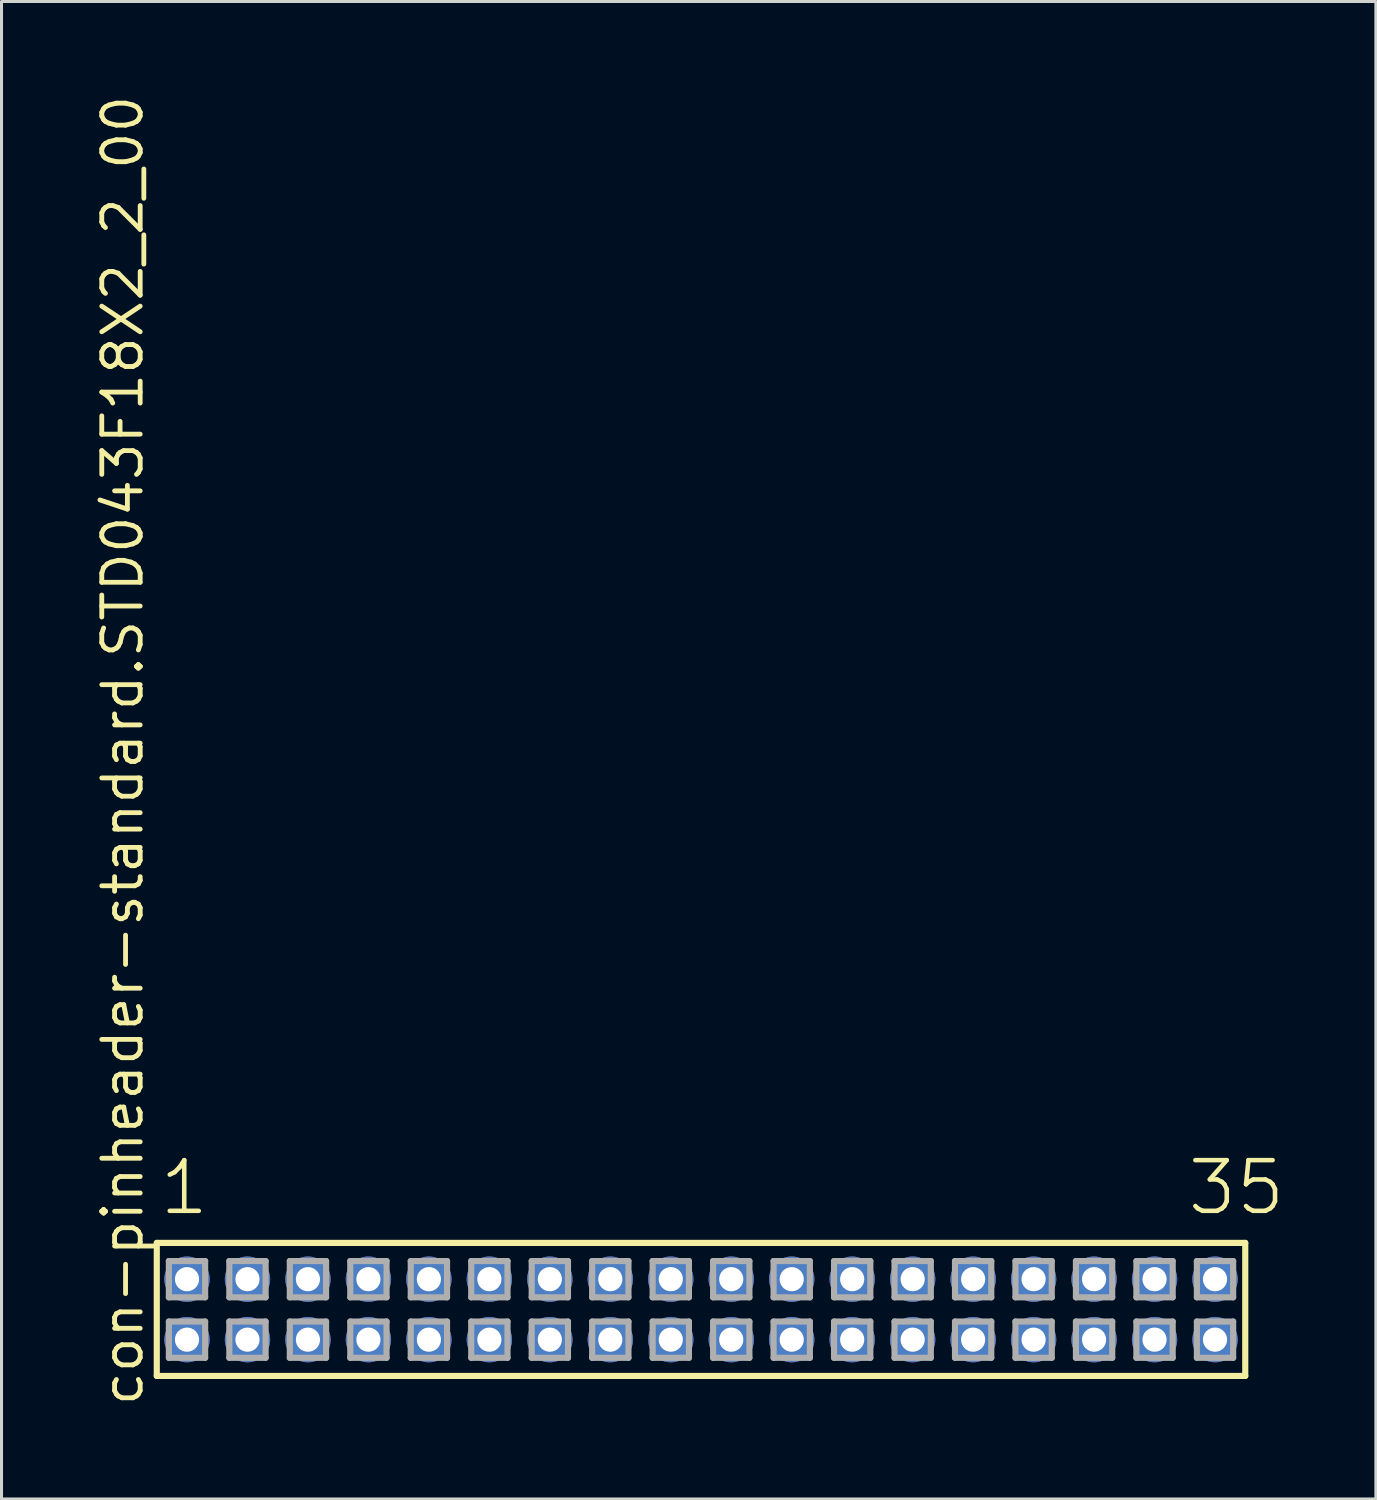
<source format=kicad_pcb>
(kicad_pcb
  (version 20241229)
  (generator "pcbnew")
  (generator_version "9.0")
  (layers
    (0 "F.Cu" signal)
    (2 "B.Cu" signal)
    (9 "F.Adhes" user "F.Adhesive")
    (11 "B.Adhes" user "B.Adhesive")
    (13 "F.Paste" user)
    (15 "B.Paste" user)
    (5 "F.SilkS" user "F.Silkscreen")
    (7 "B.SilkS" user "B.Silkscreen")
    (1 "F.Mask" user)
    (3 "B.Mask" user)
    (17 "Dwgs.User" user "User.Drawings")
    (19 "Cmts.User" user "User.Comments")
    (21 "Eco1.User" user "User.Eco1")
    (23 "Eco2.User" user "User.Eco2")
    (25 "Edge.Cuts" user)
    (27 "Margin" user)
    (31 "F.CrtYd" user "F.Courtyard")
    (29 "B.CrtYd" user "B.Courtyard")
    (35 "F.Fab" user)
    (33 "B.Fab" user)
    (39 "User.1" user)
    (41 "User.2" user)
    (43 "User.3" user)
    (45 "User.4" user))
  (footprint "con-pinheader-standard.STD043F18X2_2_00"
    (layer "F.Cu")
    (at 20.135 40.257)
    (property "Reference" "con-pinheader-standard.STD043F18X2_2_00" (at -18.385 3.27 90) (layer "F.SilkS") (effects (font (size 1.27 1.27) (thickness 0.16)) (justify left bottom)))
    (attr through_hole)
    (fp_line (start -18 -2.2) (end 18 -2.2) (stroke (width 0.203) (type default)) (layer "F.SilkS"))
    (fp_line (start -18 2.2) (end -18 -2.2) (stroke (width 0.203) (type default)) (layer "F.SilkS"))
    (fp_line (start 18 -2.2) (end 18 2.2) (stroke (width 0.203) (type default)) (layer "F.SilkS"))
    (fp_line (start 18 2.2) (end -18 2.2) (stroke (width 0.203) (type default)) (layer "F.SilkS"))
    (fp_line (start -17.6 -1.6) (end -16.4 -1.6) (stroke (width 0.203) (type default)) (layer "F.Fab"))
    (fp_line (start -17.6 -0.4) (end -17.6 -1.6) (stroke (width 0.203) (type default)) (layer "F.Fab"))
    (fp_line (start -17.6 0.4) (end -16.4 0.4) (stroke (width 0.203) (type default)) (layer "F.Fab"))
    (fp_line (start -17.6 1.6) (end -17.6 0.4) (stroke (width 0.203) (type default)) (layer "F.Fab"))
    (fp_line (start -16.4 -1.6) (end -16.4 -0.4) (stroke (width 0.203) (type default)) (layer "F.Fab"))
    (fp_line (start -16.4 -0.4) (end -17.6 -0.4) (stroke (width 0.203) (type default)) (layer "F.Fab"))
    (fp_line (start -16.4 0.4) (end -16.4 1.6) (stroke (width 0.203) (type default)) (layer "F.Fab"))
    (fp_line (start -16.4 1.6) (end -17.6 1.6) (stroke (width 0.203) (type default)) (layer "F.Fab"))
    (fp_line (start -15.6 -1.6) (end -14.4 -1.6) (stroke (width 0.203) (type default)) (layer "F.Fab"))
    (fp_line (start -15.6 -0.4) (end -15.6 -1.6) (stroke (width 0.203) (type default)) (layer "F.Fab"))
    (fp_line (start -15.6 0.4) (end -14.4 0.4) (stroke (width 0.203) (type default)) (layer "F.Fab"))
    (fp_line (start -15.6 1.6) (end -15.6 0.4) (stroke (width 0.203) (type default)) (layer "F.Fab"))
    (fp_line (start -14.4 -1.6) (end -14.4 -0.4) (stroke (width 0.203) (type default)) (layer "F.Fab"))
    (fp_line (start -14.4 -0.4) (end -15.6 -0.4) (stroke (width 0.203) (type default)) (layer "F.Fab"))
    (fp_line (start -14.4 0.4) (end -14.4 1.6) (stroke (width 0.203) (type default)) (layer "F.Fab"))
    (fp_line (start -14.4 1.6) (end -15.6 1.6) (stroke (width 0.203) (type default)) (layer "F.Fab"))
    (fp_line (start -13.6 -1.6) (end -12.4 -1.6) (stroke (width 0.203) (type default)) (layer "F.Fab"))
    (fp_line (start -13.6 -0.4) (end -13.6 -1.6) (stroke (width 0.203) (type default)) (layer "F.Fab"))
    (fp_line (start -13.6 0.4) (end -12.4 0.4) (stroke (width 0.203) (type default)) (layer "F.Fab"))
    (fp_line (start -13.6 1.6) (end -13.6 0.4) (stroke (width 0.203) (type default)) (layer "F.Fab"))
    (fp_line (start -12.4 -1.6) (end -12.4 -0.4) (stroke (width 0.203) (type default)) (layer "F.Fab"))
    (fp_line (start -12.4 -0.4) (end -13.6 -0.4) (stroke (width 0.203) (type default)) (layer "F.Fab"))
    (fp_line (start -12.4 0.4) (end -12.4 1.6) (stroke (width 0.203) (type default)) (layer "F.Fab"))
    (fp_line (start -12.4 1.6) (end -13.6 1.6) (stroke (width 0.203) (type default)) (layer "F.Fab"))
    (fp_line (start -11.6 -1.6) (end -10.4 -1.6) (stroke (width 0.203) (type default)) (layer "F.Fab"))
    (fp_line (start -11.6 -0.4) (end -11.6 -1.6) (stroke (width 0.203) (type default)) (layer "F.Fab"))
    (fp_line (start -11.6 0.4) (end -10.4 0.4) (stroke (width 0.203) (type default)) (layer "F.Fab"))
    (fp_line (start -11.6 1.6) (end -11.6 0.4) (stroke (width 0.203) (type default)) (layer "F.Fab"))
    (fp_line (start -10.4 -1.6) (end -10.4 -0.4) (stroke (width 0.203) (type default)) (layer "F.Fab"))
    (fp_line (start -10.4 -0.4) (end -11.6 -0.4) (stroke (width 0.203) (type default)) (layer "F.Fab"))
    (fp_line (start -10.4 0.4) (end -10.4 1.6) (stroke (width 0.203) (type default)) (layer "F.Fab"))
    (fp_line (start -10.4 1.6) (end -11.6 1.6) (stroke (width 0.203) (type default)) (layer "F.Fab"))
    (fp_line (start -9.6 -1.6) (end -8.4 -1.6) (stroke (width 0.203) (type default)) (layer "F.Fab"))
    (fp_line (start -9.6 -0.4) (end -9.6 -1.6) (stroke (width 0.203) (type default)) (layer "F.Fab"))
    (fp_line (start -9.6 0.4) (end -8.4 0.4) (stroke (width 0.203) (type default)) (layer "F.Fab"))
    (fp_line (start -9.6 1.6) (end -9.6 0.4) (stroke (width 0.203) (type default)) (layer "F.Fab"))
    (fp_line (start -8.4 -1.6) (end -8.4 -0.4) (stroke (width 0.203) (type default)) (layer "F.Fab"))
    (fp_line (start -8.4 -0.4) (end -9.6 -0.4) (stroke (width 0.203) (type default)) (layer "F.Fab"))
    (fp_line (start -8.4 0.4) (end -8.4 1.6) (stroke (width 0.203) (type default)) (layer "F.Fab"))
    (fp_line (start -8.4 1.6) (end -9.6 1.6) (stroke (width 0.203) (type default)) (layer "F.Fab"))
    (fp_line (start -7.6 -1.6) (end -6.4 -1.6) (stroke (width 0.203) (type default)) (layer "F.Fab"))
    (fp_line (start -7.6 -0.4) (end -7.6 -1.6) (stroke (width 0.203) (type default)) (layer "F.Fab"))
    (fp_line (start -7.6 0.4) (end -6.4 0.4) (stroke (width 0.203) (type default)) (layer "F.Fab"))
    (fp_line (start -7.6 1.6) (end -7.6 0.4) (stroke (width 0.203) (type default)) (layer "F.Fab"))
    (fp_line (start -6.4 -1.6) (end -6.4 -0.4) (stroke (width 0.203) (type default)) (layer "F.Fab"))
    (fp_line (start -6.4 -0.4) (end -7.6 -0.4) (stroke (width 0.203) (type default)) (layer "F.Fab"))
    (fp_line (start -6.4 0.4) (end -6.4 1.6) (stroke (width 0.203) (type default)) (layer "F.Fab"))
    (fp_line (start -6.4 1.6) (end -7.6 1.6) (stroke (width 0.203) (type default)) (layer "F.Fab"))
    (fp_line (start -5.6 -1.6) (end -4.4 -1.6) (stroke (width 0.203) (type default)) (layer "F.Fab"))
    (fp_line (start -5.6 -0.4) (end -5.6 -1.6) (stroke (width 0.203) (type default)) (layer "F.Fab"))
    (fp_line (start -5.6 0.4) (end -4.4 0.4) (stroke (width 0.203) (type default)) (layer "F.Fab"))
    (fp_line (start -5.6 1.6) (end -5.6 0.4) (stroke (width 0.203) (type default)) (layer "F.Fab"))
    (fp_line (start -4.4 -1.6) (end -4.4 -0.4) (stroke (width 0.203) (type default)) (layer "F.Fab"))
    (fp_line (start -4.4 -0.4) (end -5.6 -0.4) (stroke (width 0.203) (type default)) (layer "F.Fab"))
    (fp_line (start -4.4 0.4) (end -4.4 1.6) (stroke (width 0.203) (type default)) (layer "F.Fab"))
    (fp_line (start -4.4 1.6) (end -5.6 1.6) (stroke (width 0.203) (type default)) (layer "F.Fab"))
    (fp_line (start -3.6 -1.6) (end -2.4 -1.6) (stroke (width 0.203) (type default)) (layer "F.Fab"))
    (fp_line (start -3.6 -0.4) (end -3.6 -1.6) (stroke (width 0.203) (type default)) (layer "F.Fab"))
    (fp_line (start -3.6 0.4) (end -2.4 0.4) (stroke (width 0.203) (type default)) (layer "F.Fab"))
    (fp_line (start -3.6 1.6) (end -3.6 0.4) (stroke (width 0.203) (type default)) (layer "F.Fab"))
    (fp_line (start -2.4 -1.6) (end -2.4 -0.4) (stroke (width 0.203) (type default)) (layer "F.Fab"))
    (fp_line (start -2.4 -0.4) (end -3.6 -0.4) (stroke (width 0.203) (type default)) (layer "F.Fab"))
    (fp_line (start -2.4 0.4) (end -2.4 1.6) (stroke (width 0.203) (type default)) (layer "F.Fab"))
    (fp_line (start -2.4 1.6) (end -3.6 1.6) (stroke (width 0.203) (type default)) (layer "F.Fab"))
    (fp_line (start -1.6 -1.6) (end -0.4 -1.6) (stroke (width 0.203) (type default)) (layer "F.Fab"))
    (fp_line (start -1.6 -0.4) (end -1.6 -1.6) (stroke (width 0.203) (type default)) (layer "F.Fab"))
    (fp_line (start -1.6 0.4) (end -0.4 0.4) (stroke (width 0.203) (type default)) (layer "F.Fab"))
    (fp_line (start -1.6 1.6) (end -1.6 0.4) (stroke (width 0.203) (type default)) (layer "F.Fab"))
    (fp_line (start -0.4 -1.6) (end -0.4 -0.4) (stroke (width 0.203) (type default)) (layer "F.Fab"))
    (fp_line (start -0.4 -0.4) (end -1.6 -0.4) (stroke (width 0.203) (type default)) (layer "F.Fab"))
    (fp_line (start -0.4 0.4) (end -0.4 1.6) (stroke (width 0.203) (type default)) (layer "F.Fab"))
    (fp_line (start -0.4 1.6) (end -1.6 1.6) (stroke (width 0.203) (type default)) (layer "F.Fab"))
    (fp_line (start 0.4 -1.6) (end 1.6 -1.6) (stroke (width 0.203) (type default)) (layer "F.Fab"))
    (fp_line (start 0.4 -0.4) (end 0.4 -1.6) (stroke (width 0.203) (type default)) (layer "F.Fab"))
    (fp_line (start 0.4 0.4) (end 1.6 0.4) (stroke (width 0.203) (type default)) (layer "F.Fab"))
    (fp_line (start 0.4 1.6) (end 0.4 0.4) (stroke (width 0.203) (type default)) (layer "F.Fab"))
    (fp_line (start 1.6 -1.6) (end 1.6 -0.4) (stroke (width 0.203) (type default)) (layer "F.Fab"))
    (fp_line (start 1.6 -0.4) (end 0.4 -0.4) (stroke (width 0.203) (type default)) (layer "F.Fab"))
    (fp_line (start 1.6 0.4) (end 1.6 1.6) (stroke (width 0.203) (type default)) (layer "F.Fab"))
    (fp_line (start 1.6 1.6) (end 0.4 1.6) (stroke (width 0.203) (type default)) (layer "F.Fab"))
    (fp_line (start 2.4 -1.6) (end 3.6 -1.6) (stroke (width 0.203) (type default)) (layer "F.Fab"))
    (fp_line (start 2.4 -0.4) (end 2.4 -1.6) (stroke (width 0.203) (type default)) (layer "F.Fab"))
    (fp_line (start 2.4 0.4) (end 3.6 0.4) (stroke (width 0.203) (type default)) (layer "F.Fab"))
    (fp_line (start 2.4 1.6) (end 2.4 0.4) (stroke (width 0.203) (type default)) (layer "F.Fab"))
    (fp_line (start 3.6 -1.6) (end 3.6 -0.4) (stroke (width 0.203) (type default)) (layer "F.Fab"))
    (fp_line (start 3.6 -0.4) (end 2.4 -0.4) (stroke (width 0.203) (type default)) (layer "F.Fab"))
    (fp_line (start 3.6 0.4) (end 3.6 1.6) (stroke (width 0.203) (type default)) (layer "F.Fab"))
    (fp_line (start 3.6 1.6) (end 2.4 1.6) (stroke (width 0.203) (type default)) (layer "F.Fab"))
    (fp_line (start 4.4 -1.6) (end 5.6 -1.6) (stroke (width 0.203) (type default)) (layer "F.Fab"))
    (fp_line (start 4.4 -0.4) (end 4.4 -1.6) (stroke (width 0.203) (type default)) (layer "F.Fab"))
    (fp_line (start 4.4 0.4) (end 5.6 0.4) (stroke (width 0.203) (type default)) (layer "F.Fab"))
    (fp_line (start 4.4 1.6) (end 4.4 0.4) (stroke (width 0.203) (type default)) (layer "F.Fab"))
    (fp_line (start 5.6 -1.6) (end 5.6 -0.4) (stroke (width 0.203) (type default)) (layer "F.Fab"))
    (fp_line (start 5.6 -0.4) (end 4.4 -0.4) (stroke (width 0.203) (type default)) (layer "F.Fab"))
    (fp_line (start 5.6 0.4) (end 5.6 1.6) (stroke (width 0.203) (type default)) (layer "F.Fab"))
    (fp_line (start 5.6 1.6) (end 4.4 1.6) (stroke (width 0.203) (type default)) (layer "F.Fab"))
    (fp_line (start 6.4 -1.6) (end 7.6 -1.6) (stroke (width 0.203) (type default)) (layer "F.Fab"))
    (fp_line (start 6.4 -0.4) (end 6.4 -1.6) (stroke (width 0.203) (type default)) (layer "F.Fab"))
    (fp_line (start 6.4 0.4) (end 7.6 0.4) (stroke (width 0.203) (type default)) (layer "F.Fab"))
    (fp_line (start 6.4 1.6) (end 6.4 0.4) (stroke (width 0.203) (type default)) (layer "F.Fab"))
    (fp_line (start 7.6 -1.6) (end 7.6 -0.4) (stroke (width 0.203) (type default)) (layer "F.Fab"))
    (fp_line (start 7.6 -0.4) (end 6.4 -0.4) (stroke (width 0.203) (type default)) (layer "F.Fab"))
    (fp_line (start 7.6 0.4) (end 7.6 1.6) (stroke (width 0.203) (type default)) (layer "F.Fab"))
    (fp_line (start 7.6 1.6) (end 6.4 1.6) (stroke (width 0.203) (type default)) (layer "F.Fab"))
    (fp_line (start 8.4 -1.6) (end 9.6 -1.6) (stroke (width 0.203) (type default)) (layer "F.Fab"))
    (fp_line (start 8.4 -0.4) (end 8.4 -1.6) (stroke (width 0.203) (type default)) (layer "F.Fab"))
    (fp_line (start 8.4 0.4) (end 9.6 0.4) (stroke (width 0.203) (type default)) (layer "F.Fab"))
    (fp_line (start 8.4 1.6) (end 8.4 0.4) (stroke (width 0.203) (type default)) (layer "F.Fab"))
    (fp_line (start 9.6 -1.6) (end 9.6 -0.4) (stroke (width 0.203) (type default)) (layer "F.Fab"))
    (fp_line (start 9.6 -0.4) (end 8.4 -0.4) (stroke (width 0.203) (type default)) (layer "F.Fab"))
    (fp_line (start 9.6 0.4) (end 9.6 1.6) (stroke (width 0.203) (type default)) (layer "F.Fab"))
    (fp_line (start 9.6 1.6) (end 8.4 1.6) (stroke (width 0.203) (type default)) (layer "F.Fab"))
    (fp_line (start 10.4 -1.6) (end 11.6 -1.6) (stroke (width 0.203) (type default)) (layer "F.Fab"))
    (fp_line (start 10.4 -0.4) (end 10.4 -1.6) (stroke (width 0.203) (type default)) (layer "F.Fab"))
    (fp_line (start 10.4 0.4) (end 11.6 0.4) (stroke (width 0.203) (type default)) (layer "F.Fab"))
    (fp_line (start 10.4 1.6) (end 10.4 0.4) (stroke (width 0.203) (type default)) (layer "F.Fab"))
    (fp_line (start 11.6 -1.6) (end 11.6 -0.4) (stroke (width 0.203) (type default)) (layer "F.Fab"))
    (fp_line (start 11.6 -0.4) (end 10.4 -0.4) (stroke (width 0.203) (type default)) (layer "F.Fab"))
    (fp_line (start 11.6 0.4) (end 11.6 1.6) (stroke (width 0.203) (type default)) (layer "F.Fab"))
    (fp_line (start 11.6 1.6) (end 10.4 1.6) (stroke (width 0.203) (type default)) (layer "F.Fab"))
    (fp_line (start 12.4 -1.6) (end 13.6 -1.6) (stroke (width 0.203) (type default)) (layer "F.Fab"))
    (fp_line (start 12.4 -0.4) (end 12.4 -1.6) (stroke (width 0.203) (type default)) (layer "F.Fab"))
    (fp_line (start 12.4 0.4) (end 13.6 0.4) (stroke (width 0.203) (type default)) (layer "F.Fab"))
    (fp_line (start 12.4 1.6) (end 12.4 0.4) (stroke (width 0.203) (type default)) (layer "F.Fab"))
    (fp_line (start 13.6 -1.6) (end 13.6 -0.4) (stroke (width 0.203) (type default)) (layer "F.Fab"))
    (fp_line (start 13.6 -0.4) (end 12.4 -0.4) (stroke (width 0.203) (type default)) (layer "F.Fab"))
    (fp_line (start 13.6 0.4) (end 13.6 1.6) (stroke (width 0.203) (type default)) (layer "F.Fab"))
    (fp_line (start 13.6 1.6) (end 12.4 1.6) (stroke (width 0.203) (type default)) (layer "F.Fab"))
    (fp_line (start 14.4 -1.6) (end 15.6 -1.6) (stroke (width 0.203) (type default)) (layer "F.Fab"))
    (fp_line (start 14.4 -0.4) (end 14.4 -1.6) (stroke (width 0.203) (type default)) (layer "F.Fab"))
    (fp_line (start 14.4 0.4) (end 15.6 0.4) (stroke (width 0.203) (type default)) (layer "F.Fab"))
    (fp_line (start 14.4 1.6) (end 14.4 0.4) (stroke (width 0.203) (type default)) (layer "F.Fab"))
    (fp_line (start 15.6 -1.6) (end 15.6 -0.4) (stroke (width 0.203) (type default)) (layer "F.Fab"))
    (fp_line (start 15.6 -0.4) (end 14.4 -0.4) (stroke (width 0.203) (type default)) (layer "F.Fab"))
    (fp_line (start 15.6 0.4) (end 15.6 1.6) (stroke (width 0.203) (type default)) (layer "F.Fab"))
    (fp_line (start 15.6 1.6) (end 14.4 1.6) (stroke (width 0.203) (type default)) (layer "F.Fab"))
    (fp_line (start 16.4 -1.6) (end 17.6 -1.6) (stroke (width 0.203) (type default)) (layer "F.Fab"))
    (fp_line (start 16.4 -0.4) (end 16.4 -1.6) (stroke (width 0.203) (type default)) (layer "F.Fab"))
    (fp_line (start 16.4 0.4) (end 17.6 0.4) (stroke (width 0.203) (type default)) (layer "F.Fab"))
    (fp_line (start 16.4 1.6) (end 16.4 0.4) (stroke (width 0.203) (type default)) (layer "F.Fab"))
    (fp_line (start 17.6 -1.6) (end 17.6 -0.4) (stroke (width 0.203) (type default)) (layer "F.Fab"))
    (fp_line (start 17.6 -0.4) (end 16.4 -0.4) (stroke (width 0.203) (type default)) (layer "F.Fab"))
    (fp_line (start 17.6 0.4) (end 17.6 1.6) (stroke (width 0.203) (type default)) (layer "F.Fab"))
    (fp_line (start 17.6 1.6) (end 16.4 1.6) (stroke (width 0.203) (type default)) (layer "F.Fab"))
    (fp_text user "35" (at 16.012 -3.048 0) (layer "F.SilkS") (effects (font (size 1.676 1.676) (thickness 0.15)) (justify left bottom)))
    (fp_text user "1" (at -17.988 -3.048 0) (layer "F.SilkS") (effects (font (size 1.676 1.676) (thickness 0.15)) (justify left bottom)))
    (pad "1" thru_hole circle (at -17 -1) (size 1.5 1.5) (drill 0.8) (layers "*.Cu" "*.Mask"))
    (pad "2" thru_hole circle (at -17 1) (size 1.5 1.5) (drill 0.8) (layers "*.Cu" "*.Mask"))
    (pad "3" thru_hole circle (at -15 -1) (size 1.5 1.5) (drill 0.8) (layers "*.Cu" "*.Mask"))
    (pad "4" thru_hole circle (at -15 1) (size 1.5 1.5) (drill 0.8) (layers "*.Cu" "*.Mask"))
    (pad "5" thru_hole circle (at -13 -1) (size 1.5 1.5) (drill 0.8) (layers "*.Cu" "*.Mask"))
    (pad "6" thru_hole circle (at -13 1) (size 1.5 1.5) (drill 0.8) (layers "*.Cu" "*.Mask"))
    (pad "7" thru_hole circle (at -11 -1) (size 1.5 1.5) (drill 0.8) (layers "*.Cu" "*.Mask"))
    (pad "8" thru_hole circle (at -11 1) (size 1.5 1.5) (drill 0.8) (layers "*.Cu" "*.Mask"))
    (pad "9" thru_hole circle (at -9 -1) (size 1.5 1.5) (drill 0.8) (layers "*.Cu" "*.Mask"))
    (pad "10" thru_hole circle (at -9 1) (size 1.5 1.5) (drill 0.8) (layers "*.Cu" "*.Mask"))
    (pad "11" thru_hole circle (at -7 -1) (size 1.5 1.5) (drill 0.8) (layers "*.Cu" "*.Mask"))
    (pad "12" thru_hole circle (at -7 1) (size 1.5 1.5) (drill 0.8) (layers "*.Cu" "*.Mask"))
    (pad "13" thru_hole circle (at -5 -1) (size 1.5 1.5) (drill 0.8) (layers "*.Cu" "*.Mask"))
    (pad "14" thru_hole circle (at -5 1) (size 1.5 1.5) (drill 0.8) (layers "*.Cu" "*.Mask"))
    (pad "15" thru_hole circle (at -3 -1) (size 1.5 1.5) (drill 0.8) (layers "*.Cu" "*.Mask"))
    (pad "16" thru_hole circle (at -3 1) (size 1.5 1.5) (drill 0.8) (layers "*.Cu" "*.Mask"))
    (pad "17" thru_hole circle (at -1 -1) (size 1.5 1.5) (drill 0.8) (layers "*.Cu" "*.Mask"))
    (pad "18" thru_hole circle (at -1 1) (size 1.5 1.5) (drill 0.8) (layers "*.Cu" "*.Mask"))
    (pad "19" thru_hole circle (at 1 -1) (size 1.5 1.5) (drill 0.8) (layers "*.Cu" "*.Mask"))
    (pad "20" thru_hole circle (at 1 1) (size 1.5 1.5) (drill 0.8) (layers "*.Cu" "*.Mask"))
    (pad "21" thru_hole circle (at 3 -1) (size 1.5 1.5) (drill 0.8) (layers "*.Cu" "*.Mask"))
    (pad "22" thru_hole circle (at 3 1) (size 1.5 1.5) (drill 0.8) (layers "*.Cu" "*.Mask"))
    (pad "23" thru_hole circle (at 5 -1) (size 1.5 1.5) (drill 0.8) (layers "*.Cu" "*.Mask"))
    (pad "24" thru_hole circle (at 5 1) (size 1.5 1.5) (drill 0.8) (layers "*.Cu" "*.Mask"))
    (pad "25" thru_hole circle (at 7 -1) (size 1.5 1.5) (drill 0.8) (layers "*.Cu" "*.Mask"))
    (pad "26" thru_hole circle (at 7 1) (size 1.5 1.5) (drill 0.8) (layers "*.Cu" "*.Mask"))
    (pad "27" thru_hole circle (at 9 -1) (size 1.5 1.5) (drill 0.8) (layers "*.Cu" "*.Mask"))
    (pad "28" thru_hole circle (at 9 1) (size 1.5 1.5) (drill 0.8) (layers "*.Cu" "*.Mask"))
    (pad "29" thru_hole circle (at 11 -1) (size 1.5 1.5) (drill 0.8) (layers "*.Cu" "*.Mask"))
    (pad "30" thru_hole circle (at 11 1) (size 1.5 1.5) (drill 0.8) (layers "*.Cu" "*.Mask"))
    (pad "31" thru_hole circle (at 13 -1) (size 1.5 1.5) (drill 0.8) (layers "*.Cu" "*.Mask"))
    (pad "32" thru_hole circle (at 13 1) (size 1.5 1.5) (drill 0.8) (layers "*.Cu" "*.Mask"))
    (pad "33" thru_hole circle (at 15 -1) (size 1.5 1.5) (drill 0.8) (layers "*.Cu" "*.Mask"))
    (pad "34" thru_hole circle (at 15 1) (size 1.5 1.5) (drill 0.8) (layers "*.Cu" "*.Mask"))
    (pad "35" thru_hole circle (at 17 -1) (size 1.5 1.5) (drill 0.8) (layers "*.Cu" "*.Mask"))
    (pad "36" thru_hole circle (at 17 1) (size 1.5 1.5) (drill 0.8) (layers "*.Cu" "*.Mask")))
  (gr_rect
    (start -3 -3)
    (end 42.455 46.527)
    (stroke (width 0.1) (type default))
    (fill no)
    (layer "Edge.Cuts")))
</source>
